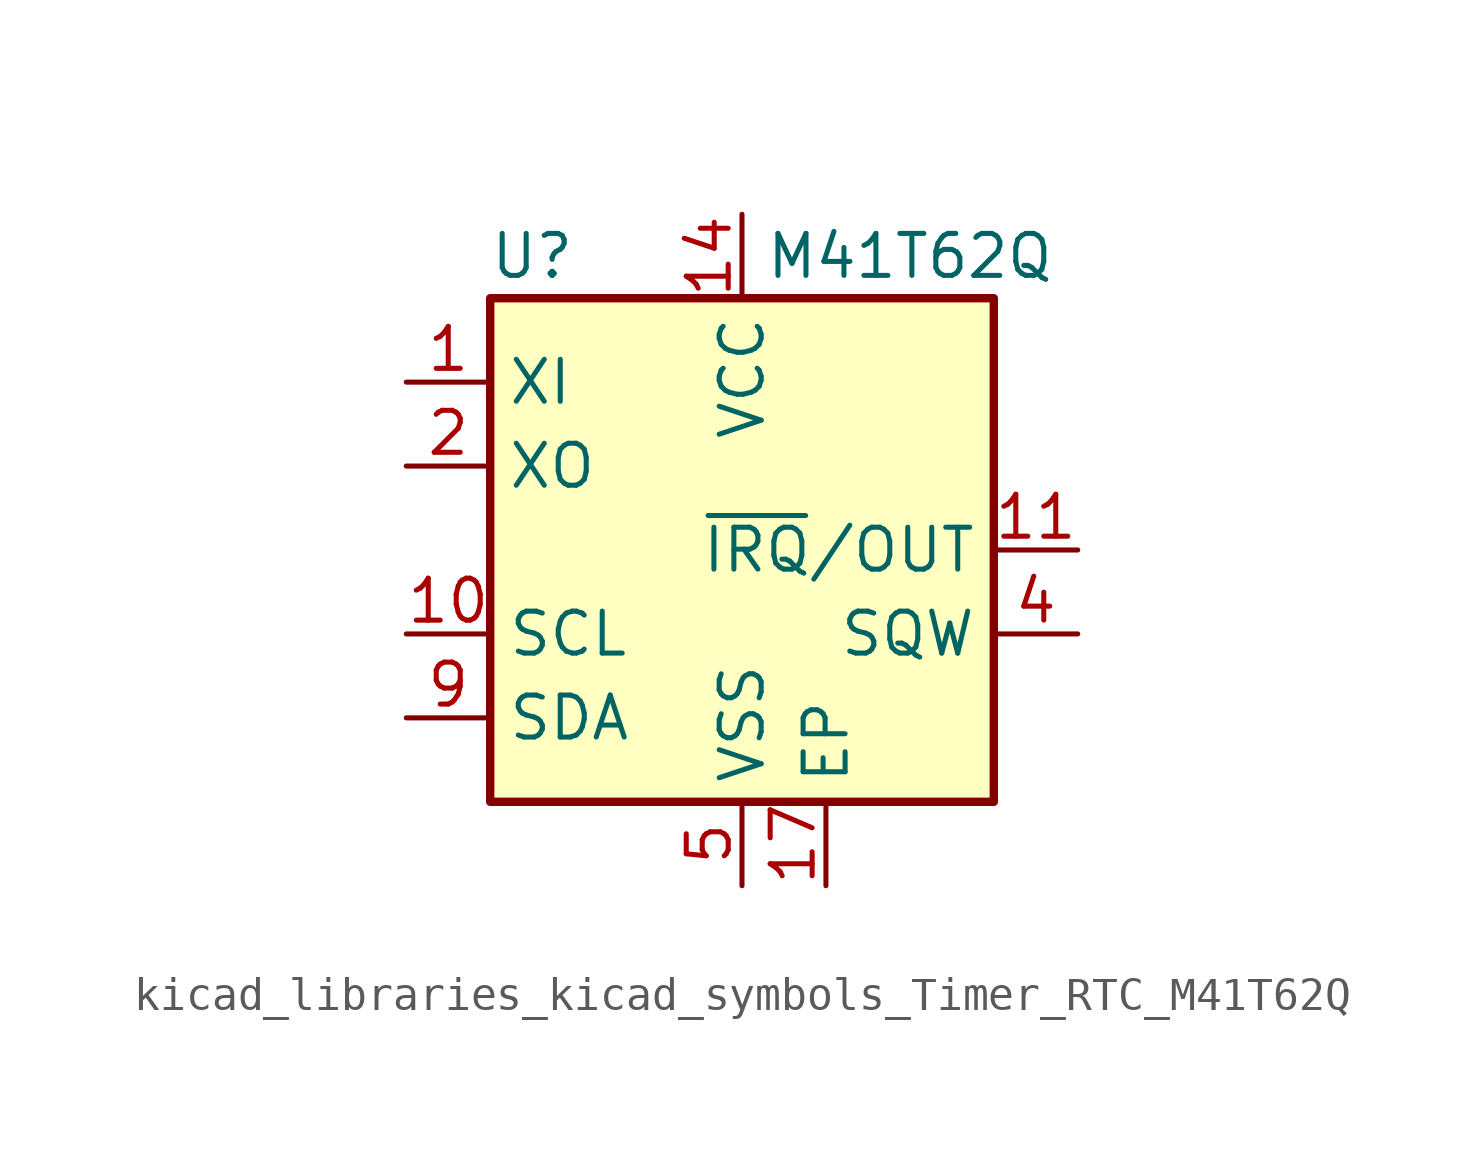
<source format=kicad_sym>
(kicad_symbol_lib
  (version 20220914)
  (generator kicad_symbol_editor)
  (symbol "kicad_libraries_kicad_symbols_Timer_RTC_M41T62Q"
    (property "Reference" "U"
      (at -6.35 8.89 0)
      (effects (font (size 1.27 1.27))))
    (property "Value" "M41T62Q"
      (at 5.08 8.89 0)
      (effects (font (size 1.27 1.27))))
    (symbol "kicad_libraries_kicad_symbols_Timer_RTC_M41T62Q_0_1"
      (rectangle (start -7.62 7.62) (end 7.62 -7.62) (stroke (width 0.254) (type default)) (fill (type background))))
    (symbol "kicad_libraries_kicad_symbols_Timer_RTC_M41T62Q_1_1"
      (pin input line (at -10.16 5.08 0) (length 2.54) (name "XI" (effects (font (size 1.27 1.27)))) (number "1" (effects (font (size 1.27 1.27)))))
      (pin input line (at -10.16 -2.54 0) (length 2.54) (name "SCL" (effects (font (size 1.27 1.27)))) (number "10" (effects (font (size 1.27 1.27)))))
      (pin output line (at 10.16 0 180) (length 2.54) (name "~{IRQ}/OUT" (effects (font (size 1.27 1.27)))) (number "11" (effects (font (size 1.27 1.27)))))
      (pin power_in line (at 0 10.16 270) (length 2.54) (name "VCC" (effects (font (size 1.27 1.27)))) (number "14" (effects (font (size 1.27 1.27)))))
      (pin passive line (at 2.54 -10.16 90) (length 2.54) (name "EP" (effects (font (size 1.27 1.27)))) (number "17" (effects (font (size 1.27 1.27)))))
      (pin input line (at -10.16 2.54 0) (length 2.54) (name "XO" (effects (font (size 1.27 1.27)))) (number "2" (effects (font (size 1.27 1.27)))))
      (pin output line (at 10.16 -2.54 180) (length 2.54) (name "SQW" (effects (font (size 1.27 1.27)))) (number "4" (effects (font (size 1.27 1.27)))))
      (pin power_in line (at 0 -10.16 90) (length 2.54) (name "VSS" (effects (font (size 1.27 1.27)))) (number "5" (effects (font (size 1.27 1.27)))))
      (pin bidirectional line (at -10.16 -5.08 0) (length 2.54) (name "SDA" (effects (font (size 1.27 1.27)))) (number "9" (effects (font (size 1.27 1.27))))))))
</source>
